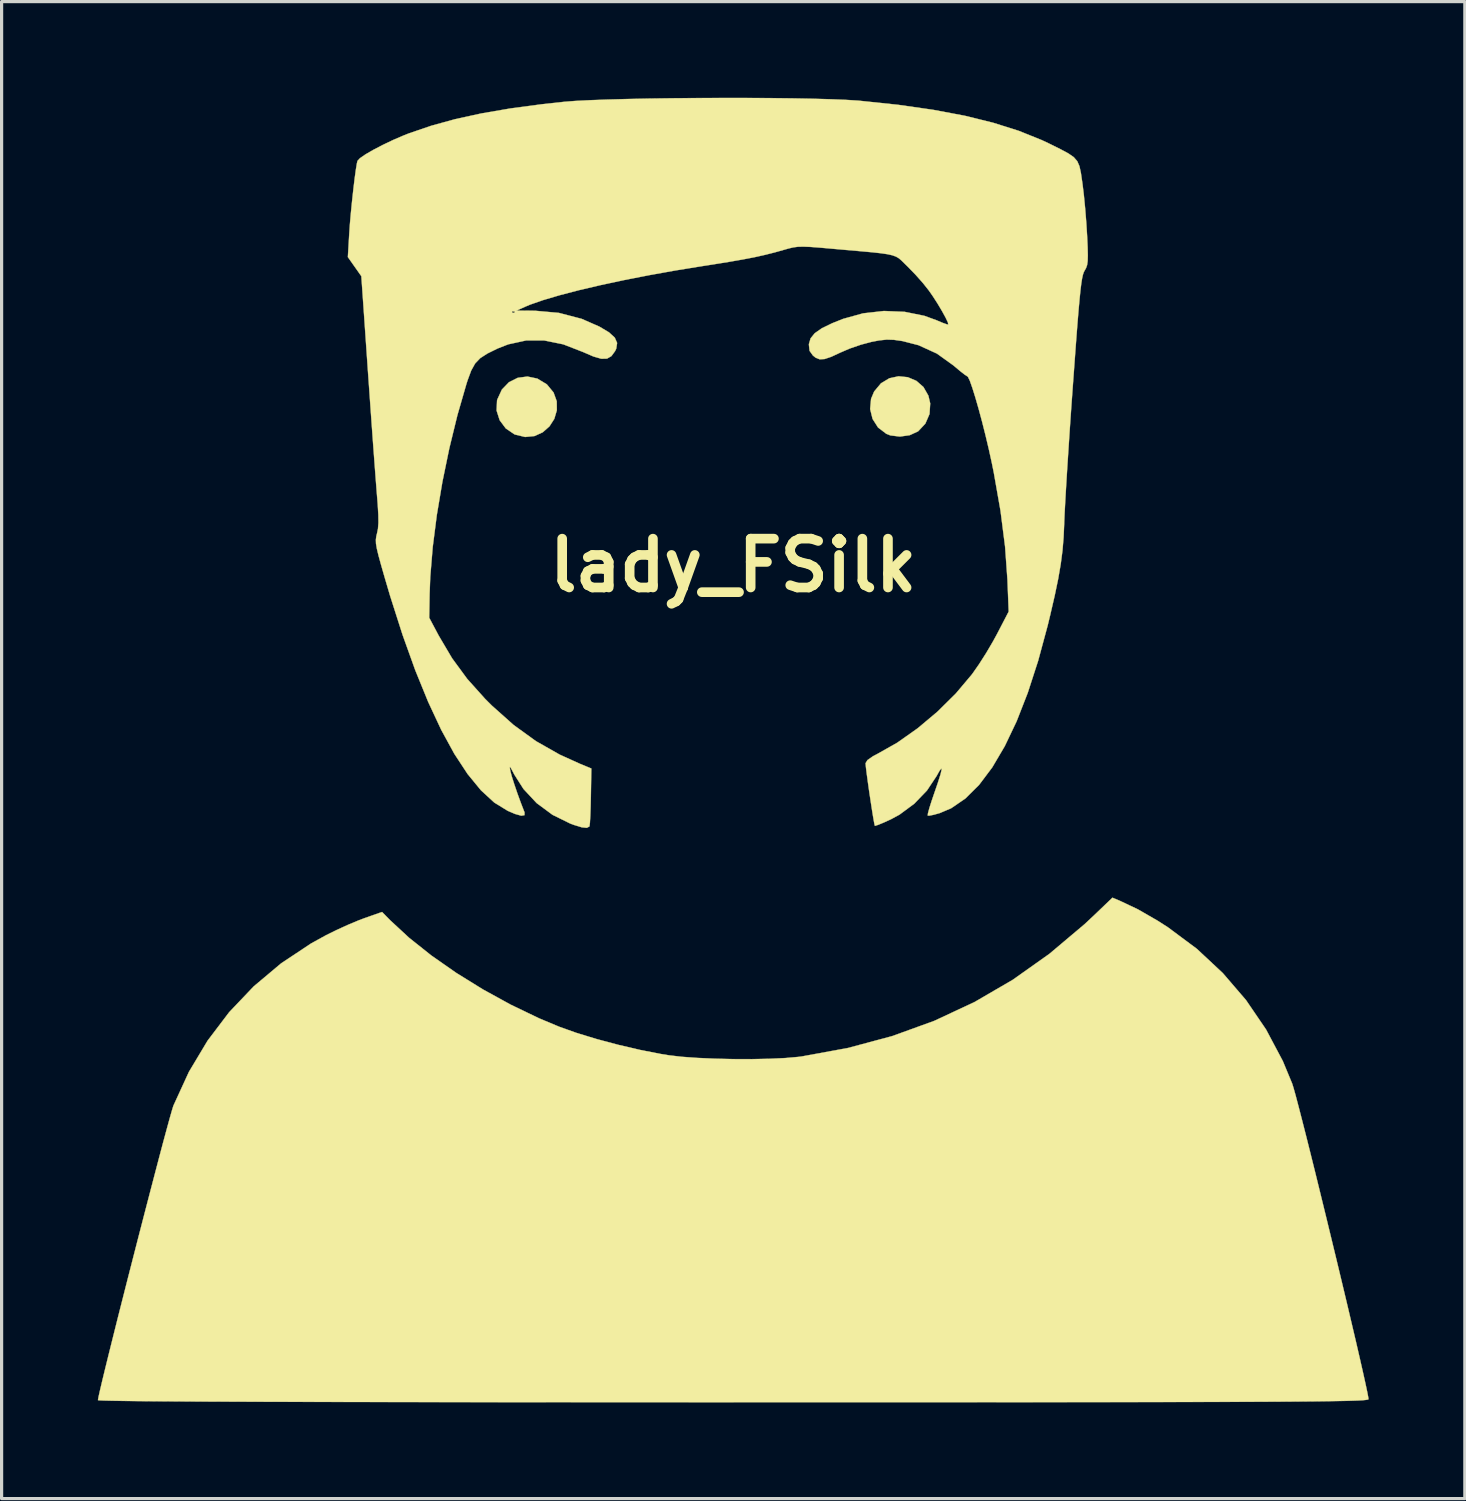
<source format=kicad_pcb>
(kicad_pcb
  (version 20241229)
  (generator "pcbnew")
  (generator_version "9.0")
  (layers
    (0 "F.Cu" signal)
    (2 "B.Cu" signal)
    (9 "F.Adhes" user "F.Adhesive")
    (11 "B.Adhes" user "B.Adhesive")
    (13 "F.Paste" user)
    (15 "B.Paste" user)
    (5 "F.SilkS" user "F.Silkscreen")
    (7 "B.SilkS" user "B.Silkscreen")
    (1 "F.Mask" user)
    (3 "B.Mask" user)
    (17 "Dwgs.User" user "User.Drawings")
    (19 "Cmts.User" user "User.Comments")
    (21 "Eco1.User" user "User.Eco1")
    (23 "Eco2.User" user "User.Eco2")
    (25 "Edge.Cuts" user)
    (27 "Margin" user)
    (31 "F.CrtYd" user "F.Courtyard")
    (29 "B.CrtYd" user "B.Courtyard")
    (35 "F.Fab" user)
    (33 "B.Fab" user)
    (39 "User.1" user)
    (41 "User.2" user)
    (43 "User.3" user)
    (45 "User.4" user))
  (footprint "lady_FSilk"
    (layer "F.Cu")
    (at 19.817 14.583)
    (property "Reference" "lady_FSilk" (at 0 0 0) (layer "F.SilkS") (effects (font (size 1.524 1.524) (thickness 0.3))))
    (attr through_hole)
    (fp_poly (pts (xy 5.444 -5.869) (xy 5.711 -5.756) (xy 5.933 -5.562) (xy 6.087 -5.292) (xy 6.143 -5.051) (xy 6.122 -4.722) (xy 5.992 -4.422) (xy 5.771 -4.186) (xy 5.763 -4.18) (xy 5.504 -4.061) (xy 5.198 -4.018) (xy 4.902 -4.054) (xy 4.776 -4.103) (xy 4.517 -4.3) (xy 4.346 -4.568) (xy 4.27 -4.876) (xy 4.299 -5.195) (xy 4.395 -5.423) (xy 4.608 -5.679) (xy 4.869 -5.836) (xy 5.156 -5.898) (xy 5.444 -5.869)) (stroke (width 0.01) (type solid)) (fill yes) (layer "F.SilkS"))
    (fp_poly (pts (xy -6.109 -5.826) (xy -5.819 -5.65) (xy -5.81 -5.643) (xy -5.603 -5.392) (xy -5.504 -5.118) (xy -5.501 -4.838) (xy -5.58 -4.571) (xy -5.731 -4.336) (xy -5.941 -4.151) (xy -6.198 -4.034) (xy -6.49 -4.005) (xy -6.805 -4.081) (xy -6.826 -4.09) (xy -7.094 -4.272) (xy -7.284 -4.528) (xy -7.38 -4.829) (xy -7.366 -5.142) (xy -7.358 -5.173) (xy -7.215 -5.484) (xy -6.995 -5.712) (xy -6.721 -5.85) (xy -6.418 -5.89) (xy -6.109 -5.826)) (stroke (width 0.01) (type solid)) (fill yes) (layer "F.SilkS"))
    (fp_poly (pts (xy 12.057 10.46) (xy 12.623 10.728) (xy 13.234 11.08) (xy 13.557 11.287) (xy 14.455 11.955) (xy 15.269 12.715) (xy 15.993 13.558) (xy 16.618 14.475) (xy 17.139 15.456) (xy 17.432 16.161) (xy 17.475 16.299) (xy 17.544 16.546) (xy 17.634 16.888) (xy 17.744 17.314) (xy 17.871 17.813) (xy 18.011 18.372) (xy 18.162 18.98) (xy 18.32 19.625) (xy 18.484 20.295) (xy 18.65 20.979) (xy 18.816 21.664) (xy 18.978 22.339) (xy 19.134 22.992) (xy 19.28 23.611) (xy 19.415 24.185) (xy 19.534 24.701) (xy 19.636 25.149) (xy 19.717 25.515) (xy 19.775 25.788) (xy 19.807 25.957) (xy 19.812 26.003) (xy 19.802 26.012) (xy 19.771 26.02) (xy 19.713 26.028) (xy 19.625 26.036) (xy 19.503 26.043) (xy 19.343 26.049) (xy 19.141 26.055) (xy 18.893 26.06) (xy 18.594 26.065) (xy 18.241 26.07) (xy 17.83 26.074) (xy 17.356 26.078) (xy 16.816 26.081) (xy 16.205 26.084) (xy 15.52 26.087) (xy 14.757 26.089) (xy 13.911 26.091) (xy 12.978 26.093) (xy 11.954 26.094) (xy 10.837 26.095) (xy 9.62 26.096) (xy 8.3 26.097) (xy 6.874 26.098) (xy 5.337 26.098) (xy 3.685 26.098) (xy 1.915 26.098) (xy 0.021 26.098) (xy 0 26.099) (xy -2.114 26.098) (xy -4.101 26.098) (xy -5.964 26.097) (xy -7.704 26.096) (xy -9.322 26.094) (xy -10.818 26.092) (xy -12.195 26.09) (xy -13.453 26.087) (xy -14.594 26.084) (xy -15.618 26.08) (xy -16.528 26.077) (xy -17.324 26.072) (xy -18.007 26.068) (xy -18.579 26.063) (xy -19.041 26.057) (xy -19.394 26.051) (xy -19.639 26.045) (xy -19.777 26.038) (xy -19.812 26.033) (xy -19.796 25.941) (xy -19.751 25.738) (xy -19.68 25.436) (xy -19.586 25.048) (xy -19.472 24.585) (xy -19.341 24.059) (xy -19.197 23.483) (xy -19.041 22.868) (xy -18.878 22.226) (xy -18.71 21.57) (xy -18.541 20.912) (xy -18.373 20.262) (xy -18.21 19.635) (xy -18.055 19.041) (xy -17.911 18.492) (xy -17.781 18.001) (xy -17.667 17.58) (xy -17.574 17.241) (xy -17.504 16.995) (xy -17.461 16.855) (xy -17.455 16.841) (xy -16.975 15.795) (xy -16.394 14.824) (xy -15.719 13.933) (xy -14.953 13.128) (xy -14.101 12.412) (xy -13.168 11.792) (xy -12.7 11.534) (xy -12.367 11.37) (xy -12.007 11.206) (xy -11.672 11.066) (xy -11.493 10.999) (xy -10.952 10.809) (xy -10.699 11.067) (xy -10.107 11.615) (xy -9.412 12.168) (xy -8.637 12.709) (xy -7.804 13.225) (xy -6.937 13.701) (xy -6.057 14.124) (xy -5.427 14.388) (xy -4.885 14.581) (xy -4.256 14.773) (xy -3.58 14.953) (xy -2.898 15.112) (xy -2.249 15.239) (xy -2 15.279) (xy -1.606 15.325) (xy -1.12 15.36) (xy -0.574 15.384) (xy 0.004 15.397) (xy 0.583 15.398) (xy 1.134 15.387) (xy 1.627 15.364) (xy 2.032 15.328) (xy 2.127 15.316) (xy 3.578 15.05) (xy 4.958 14.68) (xy 6.271 14.204) (xy 7.523 13.619) (xy 8.719 12.923) (xy 9.862 12.113) (xy 10.959 11.188) (xy 11.263 10.903) (xy 11.827 10.363) (xy 12.057 10.46)) (stroke (width 0.01) (type solid)) (fill yes) (layer "F.SilkS"))
    (fp_poly (pts (xy 0.384 -14.578) (xy 1.121 -14.574) (xy 1.818 -14.566) (xy 2.459 -14.554) (xy 3.028 -14.538) (xy 3.507 -14.519) (xy 3.881 -14.496) (xy 3.937 -14.491) (xy 5.145 -14.364) (xy 6.237 -14.208) (xy 7.222 -14.023) (xy 8.109 -13.804) (xy 8.907 -13.552) (xy 9.624 -13.263) (xy 9.874 -13.145) (xy 10.212 -12.977) (xy 10.455 -12.846) (xy 10.622 -12.73) (xy 10.73 -12.605) (xy 10.797 -12.451) (xy 10.842 -12.245) (xy 10.883 -11.964) (xy 10.893 -11.897) (xy 10.935 -11.55) (xy 10.976 -11.128) (xy 11.011 -10.688) (xy 11.036 -10.289) (xy 11.053 -9.928) (xy 11.059 -9.67) (xy 11.054 -9.491) (xy 11.036 -9.366) (xy 11.003 -9.272) (xy 10.959 -9.195) (xy 10.931 -9.141) (xy 10.905 -9.062) (xy 10.88 -8.949) (xy 10.855 -8.792) (xy 10.829 -8.58) (xy 10.801 -8.303) (xy 10.769 -7.95) (xy 10.733 -7.512) (xy 10.692 -6.977) (xy 10.645 -6.336) (xy 10.591 -5.597) (xy 10.542 -4.917) (xy 10.496 -4.249) (xy 10.454 -3.607) (xy 10.415 -3.007) (xy 10.382 -2.466) (xy 10.355 -2) (xy 10.335 -1.624) (xy 10.323 -1.354) (xy 10.322 -1.302) (xy 10.303 -0.877) (xy 10.269 -0.466) (xy 10.214 -0.043) (xy 10.135 0.417) (xy 10.027 0.937) (xy 9.887 1.542) (xy 9.807 1.873) (xy 9.509 2.976) (xy 9.186 3.972) (xy 8.839 4.86) (xy 8.469 5.636) (xy 8.079 6.298) (xy 7.669 6.843) (xy 7.241 7.269) (xy 6.796 7.574) (xy 6.442 7.724) (xy 6.25 7.778) (xy 6.112 7.805) (xy 6.066 7.802) (xy 6.073 7.733) (xy 6.116 7.572) (xy 6.188 7.345) (xy 6.247 7.172) (xy 6.379 6.788) (xy 6.464 6.52) (xy 6.5 6.368) (xy 6.488 6.332) (xy 6.429 6.413) (xy 6.342 6.569) (xy 6.041 7.022) (xy 5.645 7.433) (xy 5.185 7.773) (xy 4.923 7.915) (xy 4.7 8.017) (xy 4.526 8.089) (xy 4.428 8.121) (xy 4.417 8.12) (xy 4.4 8.052) (xy 4.37 7.885) (xy 4.331 7.646) (xy 4.287 7.36) (xy 4.241 7.055) (xy 4.199 6.757) (xy 4.163 6.493) (xy 4.138 6.29) (xy 4.128 6.173) (xy 4.128 6.168) (xy 4.187 6.071) (xy 4.358 5.952) (xy 4.493 5.881) (xy 5.116 5.529) (xy 5.752 5.08) (xy 6.37 4.561) (xy 6.942 3.995) (xy 7.438 3.406) (xy 7.461 3.376) (xy 7.663 3.087) (xy 7.888 2.734) (xy 8.102 2.37) (xy 8.228 2.139) (xy 8.591 1.44) (xy 8.552 0.45) (xy 8.478 -0.587) (xy 8.336 -1.701) (xy 8.124 -2.905) (xy 8.062 -3.21) (xy 7.97 -3.628) (xy 7.868 -4.058) (xy 7.761 -4.483) (xy 7.653 -4.883) (xy 7.55 -5.241) (xy 7.457 -5.538) (xy 7.38 -5.756) (xy 7.322 -5.877) (xy 7.304 -5.894) (xy 7.223 -5.946) (xy 7.078 -6.059) (xy 6.897 -6.211) (xy 6.872 -6.233) (xy 6.354 -6.605) (xy 5.778 -6.868) (xy 5.276 -6.997) (xy 5.01 -7.035) (xy 4.788 -7.042) (xy 4.552 -7.017) (xy 4.311 -6.971) (xy 3.987 -6.885) (xy 3.634 -6.764) (xy 3.346 -6.64) (xy 3.057 -6.506) (xy 2.848 -6.436) (xy 2.694 -6.428) (xy 2.569 -6.479) (xy 2.485 -6.546) (xy 2.381 -6.692) (xy 2.36 -6.883) (xy 2.362 -6.909) (xy 2.413 -7.081) (xy 2.542 -7.24) (xy 2.763 -7.395) (xy 3.088 -7.553) (xy 3.429 -7.689) (xy 4.051 -7.861) (xy 4.699 -7.934) (xy 5.345 -7.908) (xy 5.959 -7.784) (xy 6.338 -7.646) (xy 6.525 -7.567) (xy 6.66 -7.519) (xy 6.707 -7.511) (xy 6.694 -7.579) (xy 6.624 -7.727) (xy 6.514 -7.928) (xy 6.378 -8.157) (xy 6.23 -8.388) (xy 6.104 -8.569) (xy 5.917 -8.805) (xy 5.683 -9.069) (xy 5.452 -9.307) (xy 5.439 -9.32) (xy 5.331 -9.426) (xy 5.245 -9.511) (xy 5.166 -9.578) (xy 5.077 -9.63) (xy 4.965 -9.671) (xy 4.814 -9.705) (xy 4.609 -9.735) (xy 4.335 -9.765) (xy 3.976 -9.798) (xy 3.518 -9.838) (xy 3.09 -9.876) (xy 2.695 -9.911) (xy 2.401 -9.933) (xy 2.183 -9.941) (xy 2.015 -9.937) (xy 1.872 -9.918) (xy 1.729 -9.884) (xy 1.598 -9.847) (xy 1.292 -9.761) (xy 0.991 -9.685) (xy 0.67 -9.613) (xy 0.307 -9.543) (xy -0.123 -9.468) (xy -0.644 -9.384) (xy -0.953 -9.336) (xy -1.792 -9.2) (xy -2.612 -9.053) (xy -3.4 -8.899) (xy -4.139 -8.741) (xy -4.817 -8.582) (xy -5.418 -8.425) (xy -5.929 -8.274) (xy -6.334 -8.133) (xy -6.477 -8.073) (xy -6.763 -7.946) (xy -6.186 -7.942) (xy -5.438 -7.875) (xy -4.726 -7.689) (xy -4.174 -7.447) (xy -3.875 -7.269) (xy -3.694 -7.103) (xy -3.621 -6.937) (xy -3.649 -6.758) (xy -3.687 -6.68) (xy -3.799 -6.527) (xy -3.935 -6.449) (xy -4.115 -6.445) (xy -4.359 -6.515) (xy -4.681 -6.654) (xy -5.302 -6.895) (xy -5.893 -7.015) (xy -6.462 -7.015) (xy -7.018 -6.894) (xy -7.348 -6.765) (xy -7.665 -6.609) (xy -7.89 -6.464) (xy -8.049 -6.298) (xy -8.171 -6.079) (xy -8.283 -5.777) (xy -8.319 -5.665) (xy -8.602 -4.686) (xy -8.853 -3.658) (xy -9.069 -2.611) (xy -9.244 -1.573) (xy -9.372 -0.572) (xy -9.449 0.363) (xy -9.469 0.895) (xy -9.482 1.632) (xy -9.183 2.194) (xy -8.767 2.898) (xy -8.295 3.541) (xy -7.737 4.163) (xy -7.53 4.37) (xy -6.849 4.977) (xy -6.154 5.48) (xy -5.411 5.902) (xy -4.768 6.193) (xy -4.425 6.334) (xy -4.44 7.212) (xy -4.447 7.535) (xy -4.457 7.812) (xy -4.469 8.019) (xy -4.482 8.13) (xy -4.485 8.141) (xy -4.564 8.184) (xy -4.72 8.169) (xy -4.969 8.093) (xy -5.08 8.052) (xy -5.635 7.779) (xy -6.129 7.414) (xy -6.54 6.974) (xy -6.827 6.523) (xy -6.918 6.349) (xy -6.962 6.281) (xy -6.969 6.311) (xy -6.951 6.413) (xy -6.908 6.576) (xy -6.83 6.821) (xy -6.732 7.109) (xy -6.624 7.405) (xy -6.521 7.671) (xy -6.509 7.699) (xy -6.509 7.789) (xy -6.609 7.806) (xy -6.808 7.75) (xy -7.034 7.653) (xy -7.452 7.396) (xy -7.868 7.013) (xy -8.284 6.506) (xy -8.697 5.877) (xy -9.107 5.127) (xy -9.513 4.258) (xy -9.915 3.272) (xy -10.311 2.169) (xy -10.7 0.953) (xy -10.867 0.387) (xy -10.981 -0.01) (xy -11.062 -0.306) (xy -11.114 -0.522) (xy -11.141 -0.68) (xy -11.145 -0.8) (xy -11.132 -0.904) (xy -11.11 -0.994) (xy -11.079 -1.143) (xy -11.065 -1.328) (xy -11.068 -1.573) (xy -11.087 -1.904) (xy -11.109 -2.175) (xy -11.129 -2.429) (xy -11.157 -2.793) (xy -11.191 -3.247) (xy -11.23 -3.774) (xy -11.272 -4.356) (xy -11.316 -4.975) (xy -11.361 -5.613) (xy -11.392 -6.05) (xy -11.521 -7.916) (xy -6.9 -7.916) (xy -6.892 -7.879) (xy -6.858 -7.874) (xy -6.806 -7.897) (xy -6.816 -7.916) (xy -6.891 -7.924) (xy -6.9 -7.916) (xy -11.521 -7.916) (xy -11.598 -9.02) (xy -11.808 -9.318) (xy -12.018 -9.616) (xy -11.975 -10.349) (xy -11.954 -10.653) (xy -11.923 -11.003) (xy -11.886 -11.373) (xy -11.846 -11.738) (xy -11.806 -12.071) (xy -11.768 -12.348) (xy -11.736 -12.542) (xy -11.718 -12.616) (xy -11.641 -12.699) (xy -11.469 -12.818) (xy -11.224 -12.96) (xy -10.928 -13.114) (xy -10.605 -13.268) (xy -10.275 -13.41) (xy -10.118 -13.472) (xy -9.421 -13.71) (xy -8.671 -13.917) (xy -7.852 -14.096) (xy -6.949 -14.251) (xy -5.945 -14.385) (xy -5.271 -14.458) (xy -4.928 -14.485) (xy -4.476 -14.508) (xy -3.93 -14.528) (xy -3.306 -14.545) (xy -2.623 -14.559) (xy -1.895 -14.569) (xy -1.14 -14.575) (xy -0.375 -14.578) (xy 0.384 -14.578)) (stroke (width 0.01) (type solid)) (fill yes) (layer "F.SilkS")))
  (gr_rect
    (start -3 -3)
    (end 42.634 43.687)
    (stroke (width 0.1) (type default))
    (fill no)
    (layer "Edge.Cuts")))
</source>
